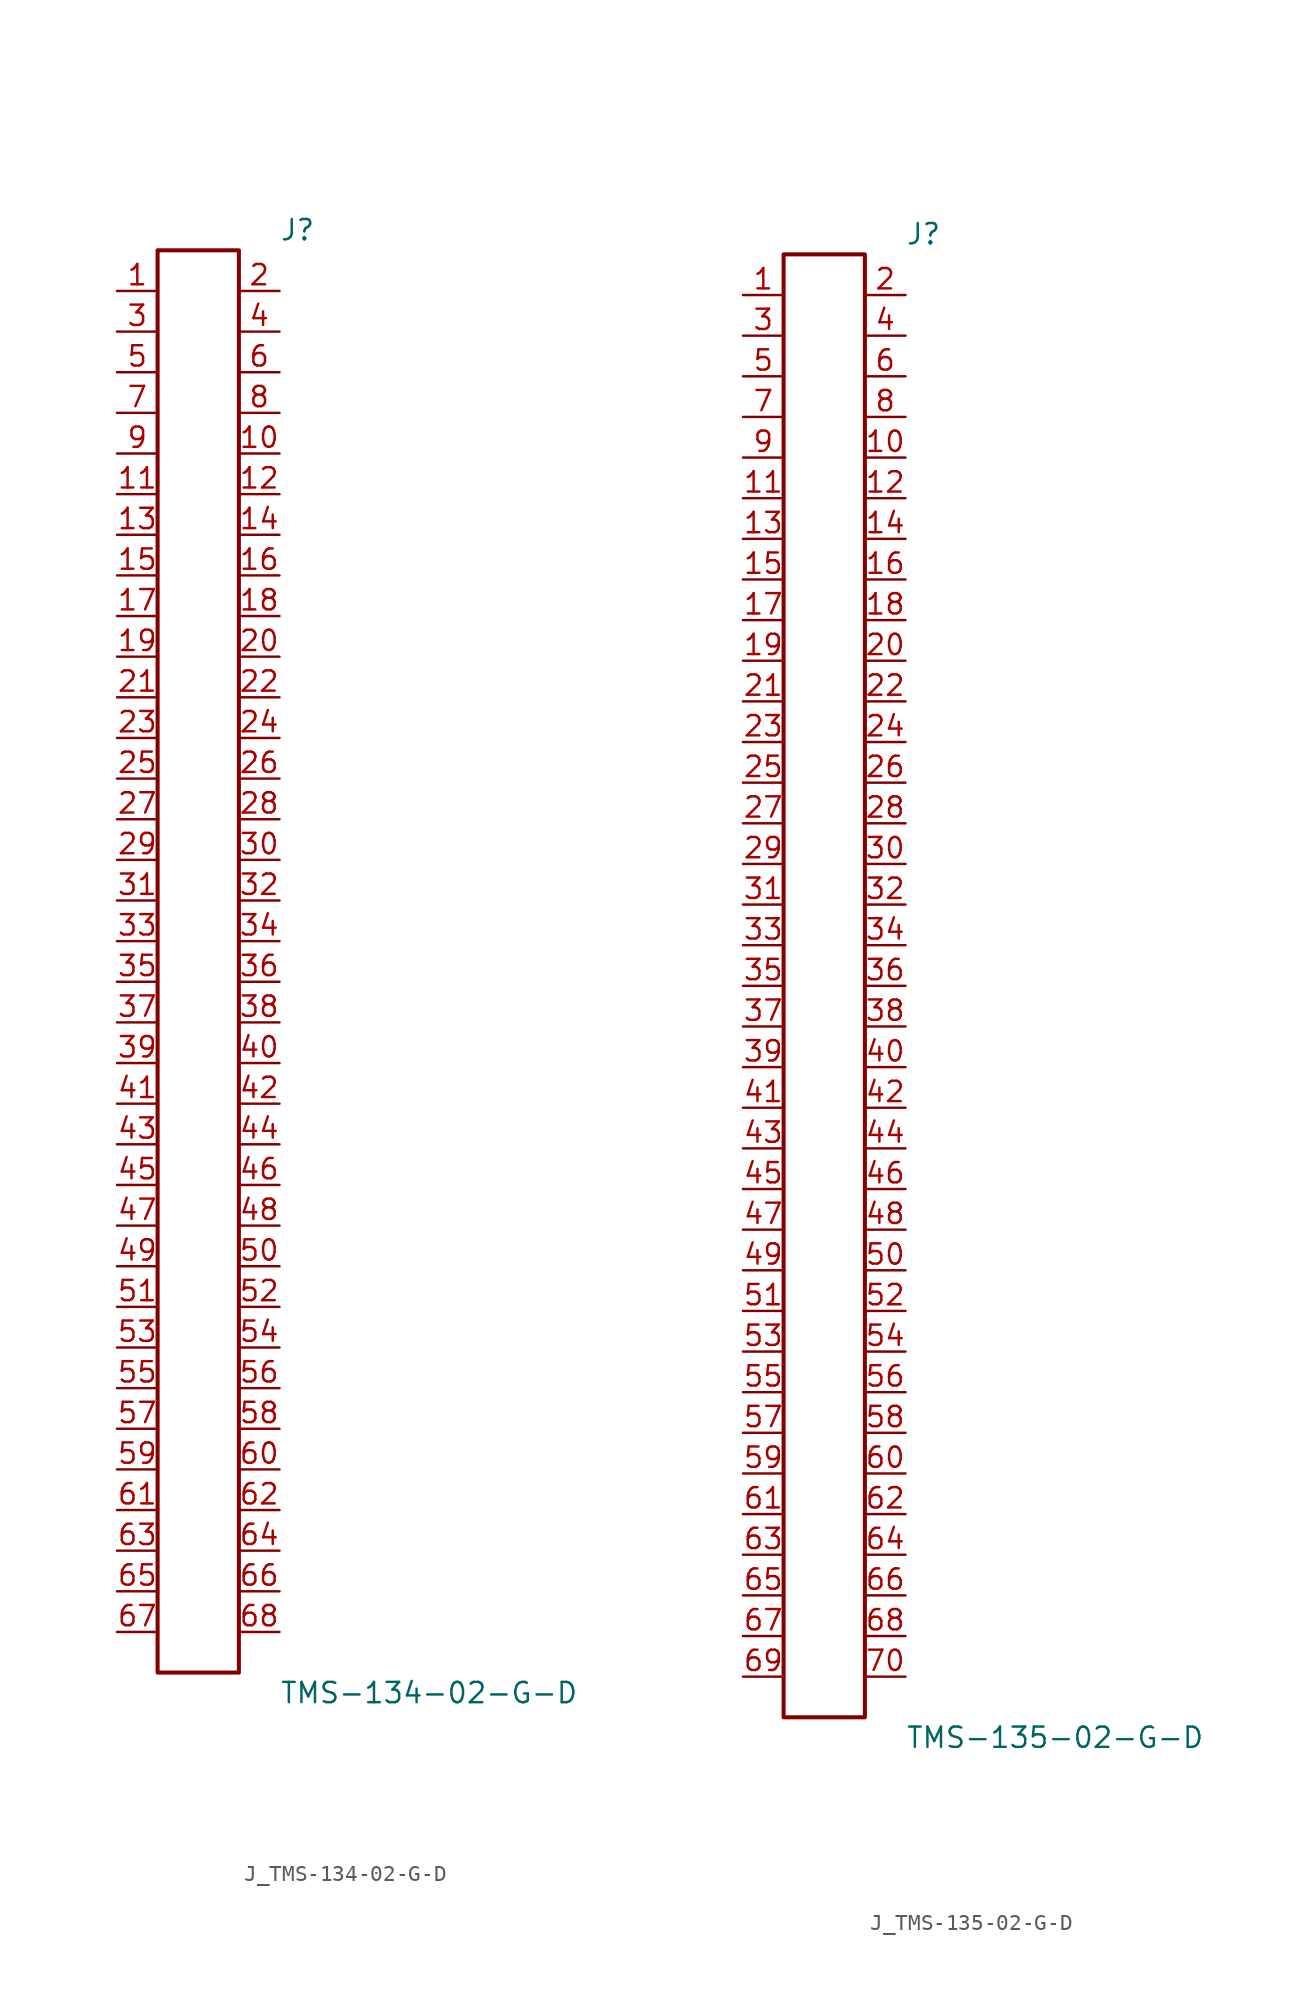
<source format=kicad_sym>
(kicad_symbol_lib
  (version 20231120)
  (generator kicad_symbol_editor)
  (generator_version 8.0)
  (symbol "J_TMS-134-02-G-D"
    (pin_names
      (offset 0.254))
    (property "Reference" "J"
      (at 5.08 45.72 0)
      (effects (font (size 1.27 1.27)) (justify left)))
    (property "Value" "TMS-134-02-G-D"
      (at 5.08 -45.72 0)
      (effects (font (size 1.27 1.27)) (justify left)))
    (symbol "J_TMS-134-02-G-D_0_0"
      (pin unspecified line (at -5.08 41.91 0) (length 2.54) (name "" (effects (font (size 1.27 1.27)))) (number "1" (effects (font (size 1.27 1.27)))))
      (pin unspecified line (at 5.08 41.91 180) (length 2.54) (name "" (effects (font (size 1.27 1.27)))) (number "2" (effects (font (size 1.27 1.27)))))
      (pin unspecified line (at -5.08 39.37 0) (length 2.54) (name "" (effects (font (size 1.27 1.27)))) (number "3" (effects (font (size 1.27 1.27)))))
      (pin unspecified line (at 5.08 39.37 180) (length 2.54) (name "" (effects (font (size 1.27 1.27)))) (number "4" (effects (font (size 1.27 1.27)))))
      (pin unspecified line (at -5.08 36.83 0) (length 2.54) (name "" (effects (font (size 1.27 1.27)))) (number "5" (effects (font (size 1.27 1.27)))))
      (pin unspecified line (at 5.08 36.83 180) (length 2.54) (name "" (effects (font (size 1.27 1.27)))) (number "6" (effects (font (size 1.27 1.27)))))
      (pin unspecified line (at -5.08 34.29 0) (length 2.54) (name "" (effects (font (size 1.27 1.27)))) (number "7" (effects (font (size 1.27 1.27)))))
      (pin unspecified line (at 5.08 34.29 180) (length 2.54) (name "" (effects (font (size 1.27 1.27)))) (number "8" (effects (font (size 1.27 1.27)))))
      (pin unspecified line (at -5.08 31.75 0) (length 2.54) (name "" (effects (font (size 1.27 1.27)))) (number "9" (effects (font (size 1.27 1.27)))))
      (pin unspecified line (at 5.08 31.75 180) (length 2.54) (name "" (effects (font (size 1.27 1.27)))) (number "10" (effects (font (size 1.27 1.27)))))
      (pin unspecified line (at -5.08 29.21 0) (length 2.54) (name "" (effects (font (size 1.27 1.27)))) (number "11" (effects (font (size 1.27 1.27)))))
      (pin unspecified line (at 5.08 29.21 180) (length 2.54) (name "" (effects (font (size 1.27 1.27)))) (number "12" (effects (font (size 1.27 1.27)))))
      (pin unspecified line (at -5.08 26.67 0) (length 2.54) (name "" (effects (font (size 1.27 1.27)))) (number "13" (effects (font (size 1.27 1.27)))))
      (pin unspecified line (at 5.08 26.67 180) (length 2.54) (name "" (effects (font (size 1.27 1.27)))) (number "14" (effects (font (size 1.27 1.27)))))
      (pin unspecified line (at -5.08 24.13 0) (length 2.54) (name "" (effects (font (size 1.27 1.27)))) (number "15" (effects (font (size 1.27 1.27)))))
      (pin unspecified line (at 5.08 24.13 180) (length 2.54) (name "" (effects (font (size 1.27 1.27)))) (number "16" (effects (font (size 1.27 1.27)))))
      (pin unspecified line (at -5.08 21.59 0) (length 2.54) (name "" (effects (font (size 1.27 1.27)))) (number "17" (effects (font (size 1.27 1.27)))))
      (pin unspecified line (at 5.08 21.59 180) (length 2.54) (name "" (effects (font (size 1.27 1.27)))) (number "18" (effects (font (size 1.27 1.27)))))
      (pin unspecified line (at -5.08 19.05 0) (length 2.54) (name "" (effects (font (size 1.27 1.27)))) (number "19" (effects (font (size 1.27 1.27)))))
      (pin unspecified line (at 5.08 19.05 180) (length 2.54) (name "" (effects (font (size 1.27 1.27)))) (number "20" (effects (font (size 1.27 1.27)))))
      (pin unspecified line (at -5.08 16.51 0) (length 2.54) (name "" (effects (font (size 1.27 1.27)))) (number "21" (effects (font (size 1.27 1.27)))))
      (pin unspecified line (at 5.08 16.51 180) (length 2.54) (name "" (effects (font (size 1.27 1.27)))) (number "22" (effects (font (size 1.27 1.27)))))
      (pin unspecified line (at -5.08 13.97 0) (length 2.54) (name "" (effects (font (size 1.27 1.27)))) (number "23" (effects (font (size 1.27 1.27)))))
      (pin unspecified line (at 5.08 13.97 180) (length 2.54) (name "" (effects (font (size 1.27 1.27)))) (number "24" (effects (font (size 1.27 1.27)))))
      (pin unspecified line (at -5.08 11.43 0) (length 2.54) (name "" (effects (font (size 1.27 1.27)))) (number "25" (effects (font (size 1.27 1.27)))))
      (pin unspecified line (at 5.08 11.43 180) (length 2.54) (name "" (effects (font (size 1.27 1.27)))) (number "26" (effects (font (size 1.27 1.27)))))
      (pin unspecified line (at -5.08 8.89 0) (length 2.54) (name "" (effects (font (size 1.27 1.27)))) (number "27" (effects (font (size 1.27 1.27)))))
      (pin unspecified line (at 5.08 8.89 180) (length 2.54) (name "" (effects (font (size 1.27 1.27)))) (number "28" (effects (font (size 1.27 1.27)))))
      (pin unspecified line (at -5.08 6.35 0) (length 2.54) (name "" (effects (font (size 1.27 1.27)))) (number "29" (effects (font (size 1.27 1.27)))))
      (pin unspecified line (at 5.08 6.35 180) (length 2.54) (name "" (effects (font (size 1.27 1.27)))) (number "30" (effects (font (size 1.27 1.27)))))
      (pin unspecified line (at -5.08 3.81 0) (length 2.54) (name "" (effects (font (size 1.27 1.27)))) (number "31" (effects (font (size 1.27 1.27)))))
      (pin unspecified line (at 5.08 3.81 180) (length 2.54) (name "" (effects (font (size 1.27 1.27)))) (number "32" (effects (font (size 1.27 1.27)))))
      (pin unspecified line (at -5.08 1.27 0) (length 2.54) (name "" (effects (font (size 1.27 1.27)))) (number "33" (effects (font (size 1.27 1.27)))))
      (pin unspecified line (at 5.08 1.27 180) (length 2.54) (name "" (effects (font (size 1.27 1.27)))) (number "34" (effects (font (size 1.27 1.27)))))
      (pin unspecified line (at -5.08 -1.27 0) (length 2.54) (name "" (effects (font (size 1.27 1.27)))) (number "35" (effects (font (size 1.27 1.27)))))
      (pin unspecified line (at 5.08 -1.27 180) (length 2.54) (name "" (effects (font (size 1.27 1.27)))) (number "36" (effects (font (size 1.27 1.27)))))
      (pin unspecified line (at -5.08 -3.81 0) (length 2.54) (name "" (effects (font (size 1.27 1.27)))) (number "37" (effects (font (size 1.27 1.27)))))
      (pin unspecified line (at 5.08 -3.81 180) (length 2.54) (name "" (effects (font (size 1.27 1.27)))) (number "38" (effects (font (size 1.27 1.27)))))
      (pin unspecified line (at -5.08 -6.35 0) (length 2.54) (name "" (effects (font (size 1.27 1.27)))) (number "39" (effects (font (size 1.27 1.27)))))
      (pin unspecified line (at 5.08 -6.35 180) (length 2.54) (name "" (effects (font (size 1.27 1.27)))) (number "40" (effects (font (size 1.27 1.27)))))
      (pin unspecified line (at -5.08 -8.89 0) (length 2.54) (name "" (effects (font (size 1.27 1.27)))) (number "41" (effects (font (size 1.27 1.27)))))
      (pin unspecified line (at 5.08 -8.89 180) (length 2.54) (name "" (effects (font (size 1.27 1.27)))) (number "42" (effects (font (size 1.27 1.27)))))
      (pin unspecified line (at -5.08 -11.43 0) (length 2.54) (name "" (effects (font (size 1.27 1.27)))) (number "43" (effects (font (size 1.27 1.27)))))
      (pin unspecified line (at 5.08 -11.43 180) (length 2.54) (name "" (effects (font (size 1.27 1.27)))) (number "44" (effects (font (size 1.27 1.27)))))
      (pin unspecified line (at -5.08 -13.97 0) (length 2.54) (name "" (effects (font (size 1.27 1.27)))) (number "45" (effects (font (size 1.27 1.27)))))
      (pin unspecified line (at 5.08 -13.97 180) (length 2.54) (name "" (effects (font (size 1.27 1.27)))) (number "46" (effects (font (size 1.27 1.27)))))
      (pin unspecified line (at -5.08 -16.51 0) (length 2.54) (name "" (effects (font (size 1.27 1.27)))) (number "47" (effects (font (size 1.27 1.27)))))
      (pin unspecified line (at 5.08 -16.51 180) (length 2.54) (name "" (effects (font (size 1.27 1.27)))) (number "48" (effects (font (size 1.27 1.27)))))
      (pin unspecified line (at -5.08 -19.05 0) (length 2.54) (name "" (effects (font (size 1.27 1.27)))) (number "49" (effects (font (size 1.27 1.27)))))
      (pin unspecified line (at 5.08 -19.05 180) (length 2.54) (name "" (effects (font (size 1.27 1.27)))) (number "50" (effects (font (size 1.27 1.27)))))
      (pin unspecified line (at -5.08 -21.59 0) (length 2.54) (name "" (effects (font (size 1.27 1.27)))) (number "51" (effects (font (size 1.27 1.27)))))
      (pin unspecified line (at 5.08 -21.59 180) (length 2.54) (name "" (effects (font (size 1.27 1.27)))) (number "52" (effects (font (size 1.27 1.27)))))
      (pin unspecified line (at -5.08 -24.13 0) (length 2.54) (name "" (effects (font (size 1.27 1.27)))) (number "53" (effects (font (size 1.27 1.27)))))
      (pin unspecified line (at 5.08 -24.13 180) (length 2.54) (name "" (effects (font (size 1.27 1.27)))) (number "54" (effects (font (size 1.27 1.27)))))
      (pin unspecified line (at -5.08 -26.67 0) (length 2.54) (name "" (effects (font (size 1.27 1.27)))) (number "55" (effects (font (size 1.27 1.27)))))
      (pin unspecified line (at 5.08 -26.67 180) (length 2.54) (name "" (effects (font (size 1.27 1.27)))) (number "56" (effects (font (size 1.27 1.27)))))
      (pin unspecified line (at -5.08 -29.21 0) (length 2.54) (name "" (effects (font (size 1.27 1.27)))) (number "57" (effects (font (size 1.27 1.27)))))
      (pin unspecified line (at 5.08 -29.21 180) (length 2.54) (name "" (effects (font (size 1.27 1.27)))) (number "58" (effects (font (size 1.27 1.27)))))
      (pin unspecified line (at -5.08 -31.75 0) (length 2.54) (name "" (effects (font (size 1.27 1.27)))) (number "59" (effects (font (size 1.27 1.27)))))
      (pin unspecified line (at 5.08 -31.75 180) (length 2.54) (name "" (effects (font (size 1.27 1.27)))) (number "60" (effects (font (size 1.27 1.27)))))
      (pin unspecified line (at -5.08 -34.29 0) (length 2.54) (name "" (effects (font (size 1.27 1.27)))) (number "61" (effects (font (size 1.27 1.27)))))
      (pin unspecified line (at 5.08 -34.29 180) (length 2.54) (name "" (effects (font (size 1.27 1.27)))) (number "62" (effects (font (size 1.27 1.27)))))
      (pin unspecified line (at -5.08 -36.83 0) (length 2.54) (name "" (effects (font (size 1.27 1.27)))) (number "63" (effects (font (size 1.27 1.27)))))
      (pin unspecified line (at 5.08 -36.83 180) (length 2.54) (name "" (effects (font (size 1.27 1.27)))) (number "64" (effects (font (size 1.27 1.27)))))
      (pin unspecified line (at -5.08 -39.37 0) (length 2.54) (name "" (effects (font (size 1.27 1.27)))) (number "65" (effects (font (size 1.27 1.27)))))
      (pin unspecified line (at 5.08 -39.37 180) (length 2.54) (name "" (effects (font (size 1.27 1.27)))) (number "66" (effects (font (size 1.27 1.27)))))
      (pin unspecified line (at -5.08 -41.91 0) (length 2.54) (name "" (effects (font (size 1.27 1.27)))) (number "67" (effects (font (size 1.27 1.27)))))
      (pin unspecified line (at 5.08 -41.91 180) (length 2.54) (name "" (effects (font (size 1.27 1.27)))) (number "68" (effects (font (size 1.27 1.27))))))
    (symbol "J_TMS-134-02-G-D_1_0"
      (rectangle (start -2.54 44.45) (end 2.54 -44.45) (stroke (width 0.254) (type solid)) (fill (type none)))))
  (symbol "J_TMS-135-02-G-D"
    (pin_names
      (offset 0.254))
    (property "Reference" "J"
      (at 5.08 46.99 0)
      (effects (font (size 1.27 1.27)) (justify left)))
    (property "Value" "TMS-135-02-G-D"
      (at 5.08 -46.99 0)
      (effects (font (size 1.27 1.27)) (justify left)))
    (symbol "J_TMS-135-02-G-D_0_0"
      (pin unspecified line (at -5.08 43.18 0) (length 2.54) (name "" (effects (font (size 1.27 1.27)))) (number "1" (effects (font (size 1.27 1.27)))))
      (pin unspecified line (at 5.08 43.18 180) (length 2.54) (name "" (effects (font (size 1.27 1.27)))) (number "2" (effects (font (size 1.27 1.27)))))
      (pin unspecified line (at -5.08 40.64 0) (length 2.54) (name "" (effects (font (size 1.27 1.27)))) (number "3" (effects (font (size 1.27 1.27)))))
      (pin unspecified line (at 5.08 40.64 180) (length 2.54) (name "" (effects (font (size 1.27 1.27)))) (number "4" (effects (font (size 1.27 1.27)))))
      (pin unspecified line (at -5.08 38.1 0) (length 2.54) (name "" (effects (font (size 1.27 1.27)))) (number "5" (effects (font (size 1.27 1.27)))))
      (pin unspecified line (at 5.08 38.1 180) (length 2.54) (name "" (effects (font (size 1.27 1.27)))) (number "6" (effects (font (size 1.27 1.27)))))
      (pin unspecified line (at -5.08 35.56 0) (length 2.54) (name "" (effects (font (size 1.27 1.27)))) (number "7" (effects (font (size 1.27 1.27)))))
      (pin unspecified line (at 5.08 35.56 180) (length 2.54) (name "" (effects (font (size 1.27 1.27)))) (number "8" (effects (font (size 1.27 1.27)))))
      (pin unspecified line (at -5.08 33.02 0) (length 2.54) (name "" (effects (font (size 1.27 1.27)))) (number "9" (effects (font (size 1.27 1.27)))))
      (pin unspecified line (at 5.08 33.02 180) (length 2.54) (name "" (effects (font (size 1.27 1.27)))) (number "10" (effects (font (size 1.27 1.27)))))
      (pin unspecified line (at -5.08 30.48 0) (length 2.54) (name "" (effects (font (size 1.27 1.27)))) (number "11" (effects (font (size 1.27 1.27)))))
      (pin unspecified line (at 5.08 30.48 180) (length 2.54) (name "" (effects (font (size 1.27 1.27)))) (number "12" (effects (font (size 1.27 1.27)))))
      (pin unspecified line (at -5.08 27.94 0) (length 2.54) (name "" (effects (font (size 1.27 1.27)))) (number "13" (effects (font (size 1.27 1.27)))))
      (pin unspecified line (at 5.08 27.94 180) (length 2.54) (name "" (effects (font (size 1.27 1.27)))) (number "14" (effects (font (size 1.27 1.27)))))
      (pin unspecified line (at -5.08 25.4 0) (length 2.54) (name "" (effects (font (size 1.27 1.27)))) (number "15" (effects (font (size 1.27 1.27)))))
      (pin unspecified line (at 5.08 25.4 180) (length 2.54) (name "" (effects (font (size 1.27 1.27)))) (number "16" (effects (font (size 1.27 1.27)))))
      (pin unspecified line (at -5.08 22.86 0) (length 2.54) (name "" (effects (font (size 1.27 1.27)))) (number "17" (effects (font (size 1.27 1.27)))))
      (pin unspecified line (at 5.08 22.86 180) (length 2.54) (name "" (effects (font (size 1.27 1.27)))) (number "18" (effects (font (size 1.27 1.27)))))
      (pin unspecified line (at -5.08 20.32 0) (length 2.54) (name "" (effects (font (size 1.27 1.27)))) (number "19" (effects (font (size 1.27 1.27)))))
      (pin unspecified line (at 5.08 20.32 180) (length 2.54) (name "" (effects (font (size 1.27 1.27)))) (number "20" (effects (font (size 1.27 1.27)))))
      (pin unspecified line (at -5.08 17.78 0) (length 2.54) (name "" (effects (font (size 1.27 1.27)))) (number "21" (effects (font (size 1.27 1.27)))))
      (pin unspecified line (at 5.08 17.78 180) (length 2.54) (name "" (effects (font (size 1.27 1.27)))) (number "22" (effects (font (size 1.27 1.27)))))
      (pin unspecified line (at -5.08 15.24 0) (length 2.54) (name "" (effects (font (size 1.27 1.27)))) (number "23" (effects (font (size 1.27 1.27)))))
      (pin unspecified line (at 5.08 15.24 180) (length 2.54) (name "" (effects (font (size 1.27 1.27)))) (number "24" (effects (font (size 1.27 1.27)))))
      (pin unspecified line (at -5.08 12.7 0) (length 2.54) (name "" (effects (font (size 1.27 1.27)))) (number "25" (effects (font (size 1.27 1.27)))))
      (pin unspecified line (at 5.08 12.7 180) (length 2.54) (name "" (effects (font (size 1.27 1.27)))) (number "26" (effects (font (size 1.27 1.27)))))
      (pin unspecified line (at -5.08 10.16 0) (length 2.54) (name "" (effects (font (size 1.27 1.27)))) (number "27" (effects (font (size 1.27 1.27)))))
      (pin unspecified line (at 5.08 10.16 180) (length 2.54) (name "" (effects (font (size 1.27 1.27)))) (number "28" (effects (font (size 1.27 1.27)))))
      (pin unspecified line (at -5.08 7.62 0) (length 2.54) (name "" (effects (font (size 1.27 1.27)))) (number "29" (effects (font (size 1.27 1.27)))))
      (pin unspecified line (at 5.08 7.62 180) (length 2.54) (name "" (effects (font (size 1.27 1.27)))) (number "30" (effects (font (size 1.27 1.27)))))
      (pin unspecified line (at -5.08 5.08 0) (length 2.54) (name "" (effects (font (size 1.27 1.27)))) (number "31" (effects (font (size 1.27 1.27)))))
      (pin unspecified line (at 5.08 5.08 180) (length 2.54) (name "" (effects (font (size 1.27 1.27)))) (number "32" (effects (font (size 1.27 1.27)))))
      (pin unspecified line (at -5.08 2.54 0) (length 2.54) (name "" (effects (font (size 1.27 1.27)))) (number "33" (effects (font (size 1.27 1.27)))))
      (pin unspecified line (at 5.08 2.54 180) (length 2.54) (name "" (effects (font (size 1.27 1.27)))) (number "34" (effects (font (size 1.27 1.27)))))
      (pin unspecified line (at -5.08 0.0 0) (length 2.54) (name "" (effects (font (size 1.27 1.27)))) (number "35" (effects (font (size 1.27 1.27)))))
      (pin unspecified line (at 5.08 0.0 180) (length 2.54) (name "" (effects (font (size 1.27 1.27)))) (number "36" (effects (font (size 1.27 1.27)))))
      (pin unspecified line (at -5.08 -2.54 0) (length 2.54) (name "" (effects (font (size 1.27 1.27)))) (number "37" (effects (font (size 1.27 1.27)))))
      (pin unspecified line (at 5.08 -2.54 180) (length 2.54) (name "" (effects (font (size 1.27 1.27)))) (number "38" (effects (font (size 1.27 1.27)))))
      (pin unspecified line (at -5.08 -5.08 0) (length 2.54) (name "" (effects (font (size 1.27 1.27)))) (number "39" (effects (font (size 1.27 1.27)))))
      (pin unspecified line (at 5.08 -5.08 180) (length 2.54) (name "" (effects (font (size 1.27 1.27)))) (number "40" (effects (font (size 1.27 1.27)))))
      (pin unspecified line (at -5.08 -7.62 0) (length 2.54) (name "" (effects (font (size 1.27 1.27)))) (number "41" (effects (font (size 1.27 1.27)))))
      (pin unspecified line (at 5.08 -7.62 180) (length 2.54) (name "" (effects (font (size 1.27 1.27)))) (number "42" (effects (font (size 1.27 1.27)))))
      (pin unspecified line (at -5.08 -10.16 0) (length 2.54) (name "" (effects (font (size 1.27 1.27)))) (number "43" (effects (font (size 1.27 1.27)))))
      (pin unspecified line (at 5.08 -10.16 180) (length 2.54) (name "" (effects (font (size 1.27 1.27)))) (number "44" (effects (font (size 1.27 1.27)))))
      (pin unspecified line (at -5.08 -12.7 0) (length 2.54) (name "" (effects (font (size 1.27 1.27)))) (number "45" (effects (font (size 1.27 1.27)))))
      (pin unspecified line (at 5.08 -12.7 180) (length 2.54) (name "" (effects (font (size 1.27 1.27)))) (number "46" (effects (font (size 1.27 1.27)))))
      (pin unspecified line (at -5.08 -15.24 0) (length 2.54) (name "" (effects (font (size 1.27 1.27)))) (number "47" (effects (font (size 1.27 1.27)))))
      (pin unspecified line (at 5.08 -15.24 180) (length 2.54) (name "" (effects (font (size 1.27 1.27)))) (number "48" (effects (font (size 1.27 1.27)))))
      (pin unspecified line (at -5.08 -17.78 0) (length 2.54) (name "" (effects (font (size 1.27 1.27)))) (number "49" (effects (font (size 1.27 1.27)))))
      (pin unspecified line (at 5.08 -17.78 180) (length 2.54) (name "" (effects (font (size 1.27 1.27)))) (number "50" (effects (font (size 1.27 1.27)))))
      (pin unspecified line (at -5.08 -20.32 0) (length 2.54) (name "" (effects (font (size 1.27 1.27)))) (number "51" (effects (font (size 1.27 1.27)))))
      (pin unspecified line (at 5.08 -20.32 180) (length 2.54) (name "" (effects (font (size 1.27 1.27)))) (number "52" (effects (font (size 1.27 1.27)))))
      (pin unspecified line (at -5.08 -22.86 0) (length 2.54) (name "" (effects (font (size 1.27 1.27)))) (number "53" (effects (font (size 1.27 1.27)))))
      (pin unspecified line (at 5.08 -22.86 180) (length 2.54) (name "" (effects (font (size 1.27 1.27)))) (number "54" (effects (font (size 1.27 1.27)))))
      (pin unspecified line (at -5.08 -25.4 0) (length 2.54) (name "" (effects (font (size 1.27 1.27)))) (number "55" (effects (font (size 1.27 1.27)))))
      (pin unspecified line (at 5.08 -25.4 180) (length 2.54) (name "" (effects (font (size 1.27 1.27)))) (number "56" (effects (font (size 1.27 1.27)))))
      (pin unspecified line (at -5.08 -27.94 0) (length 2.54) (name "" (effects (font (size 1.27 1.27)))) (number "57" (effects (font (size 1.27 1.27)))))
      (pin unspecified line (at 5.08 -27.94 180) (length 2.54) (name "" (effects (font (size 1.27 1.27)))) (number "58" (effects (font (size 1.27 1.27)))))
      (pin unspecified line (at -5.08 -30.48 0) (length 2.54) (name "" (effects (font (size 1.27 1.27)))) (number "59" (effects (font (size 1.27 1.27)))))
      (pin unspecified line (at 5.08 -30.48 180) (length 2.54) (name "" (effects (font (size 1.27 1.27)))) (number "60" (effects (font (size 1.27 1.27)))))
      (pin unspecified line (at -5.08 -33.02 0) (length 2.54) (name "" (effects (font (size 1.27 1.27)))) (number "61" (effects (font (size 1.27 1.27)))))
      (pin unspecified line (at 5.08 -33.02 180) (length 2.54) (name "" (effects (font (size 1.27 1.27)))) (number "62" (effects (font (size 1.27 1.27)))))
      (pin unspecified line (at -5.08 -35.56 0) (length 2.54) (name "" (effects (font (size 1.27 1.27)))) (number "63" (effects (font (size 1.27 1.27)))))
      (pin unspecified line (at 5.08 -35.56 180) (length 2.54) (name "" (effects (font (size 1.27 1.27)))) (number "64" (effects (font (size 1.27 1.27)))))
      (pin unspecified line (at -5.08 -38.1 0) (length 2.54) (name "" (effects (font (size 1.27 1.27)))) (number "65" (effects (font (size 1.27 1.27)))))
      (pin unspecified line (at 5.08 -38.1 180) (length 2.54) (name "" (effects (font (size 1.27 1.27)))) (number "66" (effects (font (size 1.27 1.27)))))
      (pin unspecified line (at -5.08 -40.64 0) (length 2.54) (name "" (effects (font (size 1.27 1.27)))) (number "67" (effects (font (size 1.27 1.27)))))
      (pin unspecified line (at 5.08 -40.64 180) (length 2.54) (name "" (effects (font (size 1.27 1.27)))) (number "68" (effects (font (size 1.27 1.27)))))
      (pin unspecified line (at -5.08 -43.18 0) (length 2.54) (name "" (effects (font (size 1.27 1.27)))) (number "69" (effects (font (size 1.27 1.27)))))
      (pin unspecified line (at 5.08 -43.18 180) (length 2.54) (name "" (effects (font (size 1.27 1.27)))) (number "70" (effects (font (size 1.27 1.27))))))
    (symbol "J_TMS-135-02-G-D_1_0"
      (rectangle (start -2.54 45.72) (end 2.54 -45.72) (stroke (width 0.254) (type solid)) (fill (type none))))))
</source>
